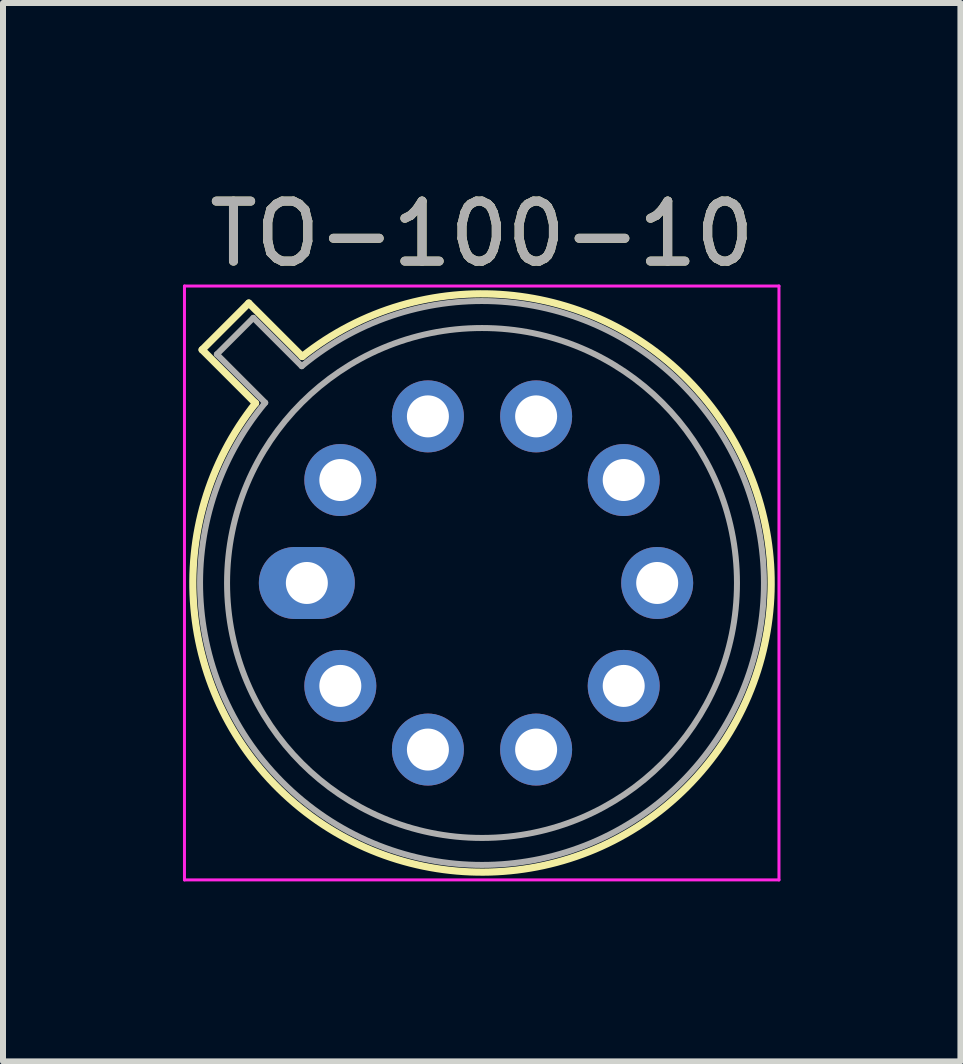
<source format=kicad_pcb>
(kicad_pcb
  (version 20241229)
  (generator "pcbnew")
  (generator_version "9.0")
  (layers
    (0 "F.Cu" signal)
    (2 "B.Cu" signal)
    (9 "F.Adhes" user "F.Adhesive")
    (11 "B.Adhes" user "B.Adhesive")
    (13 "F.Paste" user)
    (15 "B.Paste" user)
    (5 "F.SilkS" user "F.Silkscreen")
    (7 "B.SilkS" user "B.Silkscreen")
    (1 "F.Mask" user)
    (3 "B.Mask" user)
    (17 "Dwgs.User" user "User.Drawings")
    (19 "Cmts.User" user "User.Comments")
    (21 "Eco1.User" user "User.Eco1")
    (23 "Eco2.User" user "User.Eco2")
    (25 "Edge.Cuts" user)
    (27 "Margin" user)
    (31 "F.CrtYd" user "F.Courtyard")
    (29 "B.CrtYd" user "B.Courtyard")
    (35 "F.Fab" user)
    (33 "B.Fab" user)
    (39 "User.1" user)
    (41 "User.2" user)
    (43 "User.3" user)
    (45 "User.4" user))
  (footprint "TO-100-10"
    (layer "F.Cu")
    (at 2.065 6.668)
    (property "Reference" "TO-100-10" (at 2.92 -5.82 0) (layer "F.SilkS") (effects (font (size 1 1) (thickness 0.15))))
    (attr through_hole)
    (fp_line (start -1.746 -3.888) (end -0.855 -2.997) (stroke (width 0.12) (type solid)) (layer "F.SilkS"))
    (fp_line (start -0.968 -4.666) (end -1.746 -3.888) (stroke (width 0.12) (type solid)) (layer "F.SilkS"))
    (fp_line (start -0.077 -3.775) (end -0.968 -4.666) (stroke (width 0.12) (type solid)) (layer "F.SilkS"))
    (fp_arc (start -0.077084 -3.774902) (mid 6.328125 3.408384) (end -0.854674 -2.997371) (stroke (width 0.12) (type solid)) (layer "F.SilkS"))
    (fp_line (start -2.04 -4.95) (end -2.04 4.95) (stroke (width 0.05) (type solid)) (layer "F.CrtYd"))
    (fp_line (start -2.04 4.95) (end 7.87 4.95) (stroke (width 0.05) (type solid)) (layer "F.CrtYd"))
    (fp_line (start 7.87 -4.95) (end -2.04 -4.95) (stroke (width 0.05) (type solid)) (layer "F.CrtYd"))
    (fp_line (start 7.87 4.95) (end 7.87 -4.95) (stroke (width 0.05) (type solid)) (layer "F.CrtYd"))
    (fp_line (start -1.5 -3.812) (end -0.694 -3.005) (stroke (width 0.1) (type solid)) (layer "F.Fab"))
    (fp_line (start -0.892 -4.42) (end -1.5 -3.812) (stroke (width 0.1) (type solid)) (layer "F.Fab"))
    (fp_line (start -0.085 -3.614) (end -0.892 -4.42) (stroke (width 0.1) (type solid)) (layer "F.Fab"))
    (fp_arc (start -0.085408 -3.61352) (mid 6.243443 3.323361) (end -0.693594 -3.005319) (stroke (width 0.1) (type solid)) (layer "F.Fab"))
    (fp_circle (center 2.92 0) (end 7.17 0) (stroke (width 0.1) (type solid)) (fill no) (layer "F.Fab"))
    (fp_text user "${REFERENCE}" (at 2.92 -5.82 0) (layer "F.Fab") (effects (font (size 1 1) (thickness 0.15))))
    (pad "1" thru_hole oval (at 0 0) (size 1.6 1.2) (drill 0.7) (layers "*.Cu" "*.Mask"))
    (pad "2" thru_hole oval (at 0.558 1.716) (size 1.2 1.2) (drill 0.7) (layers "*.Cu" "*.Mask"))
    (pad "3" thru_hole oval (at 2.018 2.777) (size 1.2 1.2) (drill 0.7) (layers "*.Cu" "*.Mask"))
    (pad "4" thru_hole oval (at 3.822 2.777) (size 1.2 1.2) (drill 0.7) (layers "*.Cu" "*.Mask"))
    (pad "5" thru_hole oval (at 5.282 1.716) (size 1.2 1.2) (drill 0.7) (layers "*.Cu" "*.Mask"))
    (pad "6" thru_hole oval (at 5.84 0) (size 1.2 1.2) (drill 0.7) (layers "*.Cu" "*.Mask"))
    (pad "7" thru_hole oval (at 5.282 -1.716) (size 1.2 1.2) (drill 0.7) (layers "*.Cu" "*.Mask"))
    (pad "8" thru_hole oval (at 3.822 -2.777) (size 1.2 1.2) (drill 0.7) (layers "*.Cu" "*.Mask"))
    (pad "9" thru_hole oval (at 2.018 -2.777) (size 1.2 1.2) (drill 0.7) (layers "*.Cu" "*.Mask"))
    (pad "10" thru_hole oval (at 0.558 -1.716) (size 1.2 1.2) (drill 0.7) (layers "*.Cu" "*.Mask")))
  (gr_rect
    (start -3 -3)
    (end 12.96 14.643)
    (stroke (width 0.1) (type default))
    (fill no)
    (layer "Edge.Cuts")))
</source>
